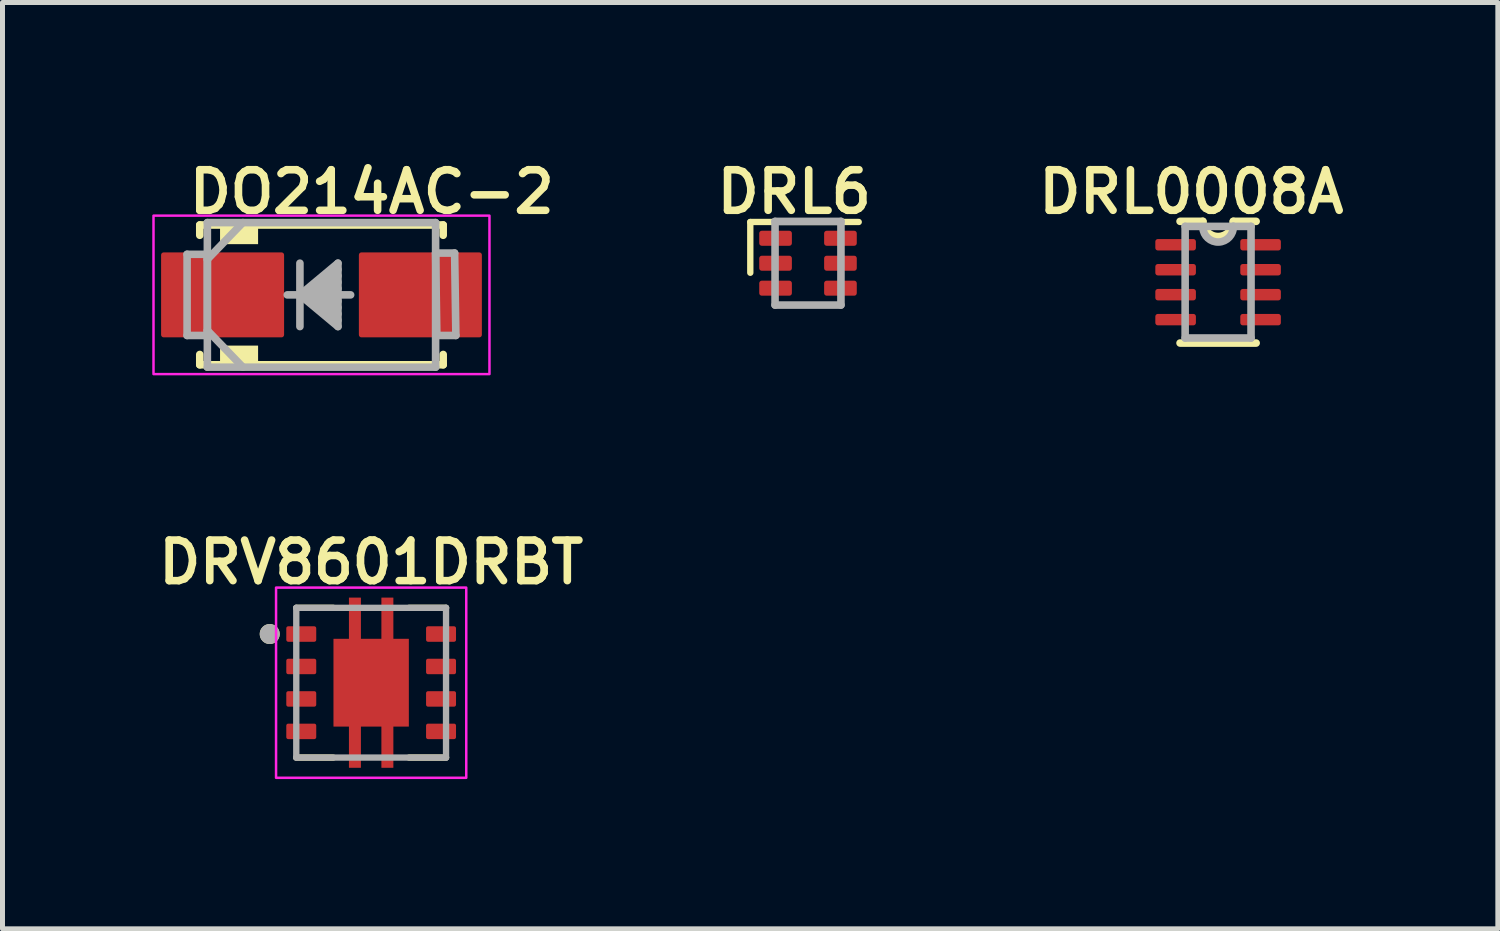
<source format=kicad_pcb>
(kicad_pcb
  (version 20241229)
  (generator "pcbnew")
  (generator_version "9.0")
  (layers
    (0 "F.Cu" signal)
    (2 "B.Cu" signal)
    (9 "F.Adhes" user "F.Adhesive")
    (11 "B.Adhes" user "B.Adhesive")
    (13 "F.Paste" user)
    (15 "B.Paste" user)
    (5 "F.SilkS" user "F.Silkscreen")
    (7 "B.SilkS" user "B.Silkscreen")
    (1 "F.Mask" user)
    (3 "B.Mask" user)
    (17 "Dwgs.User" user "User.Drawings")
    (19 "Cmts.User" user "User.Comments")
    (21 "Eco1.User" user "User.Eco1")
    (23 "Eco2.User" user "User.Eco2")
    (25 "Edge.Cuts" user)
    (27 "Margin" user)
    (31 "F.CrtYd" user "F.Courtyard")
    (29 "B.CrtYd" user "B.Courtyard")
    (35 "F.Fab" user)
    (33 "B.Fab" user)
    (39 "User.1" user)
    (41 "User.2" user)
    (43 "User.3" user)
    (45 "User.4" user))
  (footprint "DRL6"
    (layer "F.Cu")
    (at 13.136 2.223)
    (property "Reference" "DRL6" (at -1.905 -0.953 0) (layer "F.SilkS") (effects (font (size 0.813 0.813) (thickness 0.152) (bold yes)) (justify left bottom)))
    (attr smd)
    (fp_line (start -1.156 -0.826) (end -1.156 0.191) (stroke (width 0.127) (type solid)) (layer "F.SilkS"))
    (fp_line (start 1.016 -0.826) (end -1.156 -0.826) (stroke (width 0.127) (type solid)) (layer "F.SilkS"))
    (fp_line (start -0.66 -0.838) (end -0.66 0.838) (stroke (width 0.152) (type solid)) (layer "F.Fab"))
    (fp_line (start -0.66 0.838) (end 0.66 0.838) (stroke (width 0.152) (type solid)) (layer "F.Fab"))
    (fp_line (start 0.66 -0.838) (end -0.66 -0.838) (stroke (width 0.152) (type solid)) (layer "F.Fab"))
    (fp_line (start 0.66 0.838) (end 0.66 -0.838) (stroke (width 0.152) (type solid)) (layer "F.Fab"))
    (pad "1" smd roundrect (at -0.65 -0.5) (size 0.654 0.301) (layers "F.Cu" "F.Mask" "F.Paste") (roundrect_rratio 0.169))
    (pad "2" smd roundrect (at -0.65 0) (size 0.654 0.301) (layers "F.Cu" "F.Mask" "F.Paste") (roundrect_rratio 0.169))
    (pad "3" smd roundrect (at -0.65 0.5) (size 0.654 0.301) (layers "F.Cu" "F.Mask" "F.Paste") (roundrect_rratio 0.169))
    (pad "4" smd roundrect (at 0.65 0.5) (size 0.654 0.301) (layers "F.Cu" "F.Mask" "F.Paste") (roundrect_rratio 0.169))
    (pad "5" smd roundrect (at 0.65 0) (size 0.654 0.301) (layers "F.Cu" "F.Mask" "F.Paste") (roundrect_rratio 0.169))
    (pad "6" smd roundrect (at 0.65 -0.5) (size 0.654 0.301) (layers "F.Cu" "F.Mask" "F.Paste") (roundrect_rratio 0.169)))
  (footprint "DO214AC-2"
    (layer "F.Cu")
    (at 3.39 2.857)
    (property "Reference" "DO214AC-2" (at -2.731 -1.587 0) (layer "F.SilkS") (effects (font (size 0.813 0.813) (thickness 0.152) (bold yes)) (justify left bottom)))
    (attr smd)
    (fp_line (start -2.438 -1.4) (end -2.438 -1.194) (stroke (width 0.152) (type solid)) (layer "F.SilkS"))
    (fp_line (start -2.438 1.194) (end -2.438 1.4) (stroke (width 0.152) (type solid)) (layer "F.SilkS"))
    (fp_line (start -2.438 1.4) (end 2.438 1.4) (stroke (width 0.152) (type solid)) (layer "F.SilkS"))
    (fp_line (start 2.438 -1.4) (end -2.438 -1.4) (stroke (width 0.152) (type solid)) (layer "F.SilkS"))
    (fp_line (start 2.438 -1.194) (end 2.438 -1.4) (stroke (width 0.152) (type solid)) (layer "F.SilkS"))
    (fp_line (start 2.438 1.4) (end 2.438 1.194) (stroke (width 0.152) (type solid)) (layer "F.SilkS"))
    (fp_poly (pts (xy -2.032 -1.016) (xy -1.27 -1.016) (xy -1.27 -1.4) (xy -2.032 -1.4)) (stroke (width 0) (type default)) (fill yes) (layer "F.SilkS"))
    (fp_poly (pts (xy -2.032 1.4) (xy -1.27 1.4) (xy -1.27 1.016) (xy -2.032 1.016)) (stroke (width 0) (type default)) (fill yes) (layer "F.SilkS"))
    (fp_rect (start -3.365 -1.587) (end 3.365 1.587) (stroke (width 0.05) (type default)) (fill no) (layer "F.CrtYd"))
    (fp_line (start -2.692 -0.813) (end -2.692 0.813) (stroke (width 0.152) (type solid)) (layer "F.Fab"))
    (fp_line (start -2.692 0.813) (end -2.286 0.813) (stroke (width 0.152) (type solid)) (layer "F.Fab"))
    (fp_line (start -2.286 -1.448) (end -2.286 1.448) (stroke (width 0.152) (type solid)) (layer "F.Fab"))
    (fp_line (start -2.286 -0.813) (end -2.692 -0.813) (stroke (width 0.152) (type solid)) (layer "F.Fab"))
    (fp_line (start -2.286 -0.711) (end -2.286 -0.813) (stroke (width 0.152) (type solid)) (layer "F.Fab"))
    (fp_line (start -2.286 -0.711) (end -1.575 -1.448) (stroke (width 0.152) (type solid)) (layer "F.Fab"))
    (fp_line (start -2.286 0.711) (end -2.286 -0.711) (stroke (width 0.152) (type solid)) (layer "F.Fab"))
    (fp_line (start -2.286 0.711) (end -1.575 1.448) (stroke (width 0.152) (type solid)) (layer "F.Fab"))
    (fp_line (start -2.286 0.813) (end -2.286 0.711) (stroke (width 0.152) (type solid)) (layer "F.Fab"))
    (fp_line (start -2.286 1.448) (end 2.286 1.448) (stroke (width 0.152) (type solid)) (layer "F.Fab"))
    (fp_line (start -0.432 -0.635) (end -0.432 0) (stroke (width 0.152) (type solid)) (layer "F.Fab"))
    (fp_line (start -0.432 0) (end -0.686 0) (stroke (width 0.152) (type solid)) (layer "F.Fab"))
    (fp_line (start -0.432 0) (end -0.432 0.635) (stroke (width 0.152) (type solid)) (layer "F.Fab"))
    (fp_line (start -0.432 0) (end 0.33 -0.635) (stroke (width 0.152) (type solid)) (layer "F.Fab"))
    (fp_line (start -0.432 0) (end 0.33 -0.508) (stroke (width 0.152) (type solid)) (layer "F.Fab"))
    (fp_line (start -0.432 0) (end 0.33 -0.381) (stroke (width 0.152) (type solid)) (layer "F.Fab"))
    (fp_line (start -0.432 0) (end 0.33 -0.254) (stroke (width 0.152) (type solid)) (layer "F.Fab"))
    (fp_line (start -0.432 0) (end 0.33 -0.127) (stroke (width 0.152) (type solid)) (layer "F.Fab"))
    (fp_line (start -0.432 0) (end 0.33 0.127) (stroke (width 0.152) (type solid)) (layer "F.Fab"))
    (fp_line (start -0.432 0) (end 0.33 0.254) (stroke (width 0.152) (type solid)) (layer "F.Fab"))
    (fp_line (start -0.432 0) (end 0.33 0.381) (stroke (width 0.152) (type solid)) (layer "F.Fab"))
    (fp_line (start -0.432 0) (end 0.33 0.508) (stroke (width 0.152) (type solid)) (layer "F.Fab"))
    (fp_line (start -0.432 0) (end 0.33 0.635) (stroke (width 0.152) (type solid)) (layer "F.Fab"))
    (fp_line (start 0.33 -0.635) (end 0.33 0.635) (stroke (width 0.152) (type solid)) (layer "F.Fab"))
    (fp_line (start 0.584 0) (end -0.432 0) (stroke (width 0.152) (type solid)) (layer "F.Fab"))
    (fp_line (start 2.286 -1.448) (end -2.286 -1.448) (stroke (width 0.152) (type solid)) (layer "F.Fab"))
    (fp_line (start 2.286 -0.838) (end 2.311 0.813) (stroke (width 0.152) (type solid)) (layer "F.Fab"))
    (fp_line (start 2.286 1.448) (end 2.286 -1.448) (stroke (width 0.152) (type solid)) (layer "F.Fab"))
    (fp_line (start 2.311 0.813) (end 2.692 0.813) (stroke (width 0.152) (type solid)) (layer "F.Fab"))
    (fp_line (start 2.667 -0.838) (end 2.286 -0.838) (stroke (width 0.152) (type solid)) (layer "F.Fab"))
    (fp_line (start 2.692 0.813) (end 2.667 -0.838) (stroke (width 0.152) (type solid)) (layer "F.Fab"))
    (pad "A" smd roundrect (at 1.981 0) (size 2.464 1.702) (layers "F.Cu" "F.Mask" "F.Paste") (roundrect_rratio 0.03))
    (pad "C" smd roundrect (at -1.981 0) (size 2.464 1.702) (layers "F.Cu" "F.Mask" "F.Paste") (roundrect_rratio 0.03)))
  (footprint "DRL0008A"
    (layer "F.Cu")
    (at 21.351 2.603)
    (property "Reference" "DRL0008A" (at 2.603 -1.333 180) (layer "F.SilkS") (effects (font (size 0.813 0.813) (thickness 0.152)) (justify right bottom)))
    (attr smd)
    (fp_line (start -0.762 1.219) (end 0.762 1.219) (stroke (width 0.152) (type solid)) (layer "F.SilkS"))
    (fp_line (start -0.305 -1.219) (end -0.762 -1.219) (stroke (width 0.152) (type solid)) (layer "F.SilkS"))
    (fp_line (start 0.762 -1.219) (end 0.305 -1.219) (stroke (width 0.152) (type solid)) (layer "F.SilkS"))
    (fp_arc (start 0.3048 -1.2192) (mid 0 -0.9144) (end -0.3048 -1.2192) (stroke (width 0.1524) (type solid)) (layer "F.SilkS"))
    (fp_line (start -0.66 -1.118) (end -0.66 1.118) (stroke (width 0.152) (type solid)) (layer "F.Fab"))
    (fp_line (start -0.66 1.118) (end 0.66 1.118) (stroke (width 0.152) (type solid)) (layer "F.Fab"))
    (fp_line (start 0.305 -1.118) (end -0.66 -1.118) (stroke (width 0.152) (type solid)) (layer "F.Fab"))
    (fp_line (start 0.66 -1.118) (end 0.305 -1.118) (stroke (width 0.152) (type solid)) (layer "F.Fab"))
    (fp_line (start 0.66 1.118) (end 0.66 -1.118) (stroke (width 0.152) (type solid)) (layer "F.Fab"))
    (fp_arc (start 0.3048 -1.1176) (mid 0.0127 -0.8001) (end -0.3048 -1.0922) (stroke (width 0.1524) (type solid)) (layer "F.Fab"))
    (pad "1" smd roundrect (at -0.851 -0.75) (size 0.813 0.229) (layers "F.Cu" "F.Mask" "F.Paste") (roundrect_rratio 0.222))
    (pad "2" smd roundrect (at -0.851 -0.25) (size 0.813 0.229) (layers "F.Cu" "F.Mask" "F.Paste") (roundrect_rratio 0.222))
    (pad "3" smd roundrect (at -0.851 0.25) (size 0.813 0.229) (layers "F.Cu" "F.Mask" "F.Paste") (roundrect_rratio 0.222))
    (pad "4" smd roundrect (at -0.851 0.75) (size 0.813 0.229) (layers "F.Cu" "F.Mask" "F.Paste") (roundrect_rratio 0.222))
    (pad "5" smd roundrect (at 0.851 0.75) (size 0.813 0.229) (layers "F.Cu" "F.Mask" "F.Paste") (roundrect_rratio 0.222))
    (pad "6" smd roundrect (at 0.851 0.25) (size 0.813 0.229) (layers "F.Cu" "F.Mask" "F.Paste") (roundrect_rratio 0.222))
    (pad "7" smd roundrect (at 0.851 -0.25) (size 0.813 0.229) (layers "F.Cu" "F.Mask" "F.Paste") (roundrect_rratio 0.222))
    (pad "8" smd roundrect (at 0.851 -0.75) (size 0.813 0.229) (layers "F.Cu" "F.Mask" "F.Paste") (roundrect_rratio 0.222)))
  (footprint "DRV8601DRBT"
    (layer "F.Cu")
    (at 4.385 10.626)
    (property "Reference" "DRV8601DRBT" (at 0 -2.413 0) (layer "F.SilkS") (effects (font (size 0.813 0.813) (thickness 0.152) (bold yes))))
    (attr smd)
    (fp_poly (pts (xy -1.77 -1.2) (xy -1.03 -1.2) (xy -1.03 -0.75) (xy -1.77 -0.75)) (stroke (width 0.01) (type solid)) (fill yes) (layer "F.Mask"))
    (fp_poly (pts (xy -1.77 -0.55) (xy -1.03 -0.55) (xy -1.03 -0.1) (xy -1.77 -0.1)) (stroke (width 0.01) (type solid)) (fill yes) (layer "F.Mask"))
    (fp_poly (pts (xy -1.77 0.1) (xy -1.03 0.1) (xy -1.03 0.55) (xy -1.77 0.55)) (stroke (width 0.01) (type solid)) (fill yes) (layer "F.Mask"))
    (fp_poly (pts (xy -1.77 0.75) (xy -1.03 0.75) (xy -1.03 1.2) (xy -1.77 1.2)) (stroke (width 0.01) (type solid)) (fill yes) (layer "F.Mask"))
    (fp_poly (pts (xy 1.03 -1.2) (xy 1.77 -1.2) (xy 1.77 -0.75) (xy 1.03 -0.75)) (stroke (width 0.01) (type solid)) (fill yes) (layer "F.Mask"))
    (fp_poly (pts (xy 1.03 -0.55) (xy 1.77 -0.55) (xy 1.77 -0.1) (xy 1.03 -0.1)) (stroke (width 0.01) (type solid)) (fill yes) (layer "F.Mask"))
    (fp_poly (pts (xy 1.03 0.1) (xy 1.77 0.1) (xy 1.77 0.55) (xy 1.03 0.55)) (stroke (width 0.01) (type solid)) (fill yes) (layer "F.Mask"))
    (fp_poly (pts (xy 1.03 0.75) (xy 1.77 0.75) (xy 1.77 1.2) (xy 1.03 1.2)) (stroke (width 0.01) (type solid)) (fill yes) (layer "F.Mask"))
    (fp_poly (pts (xy -0.82 -0.945) (xy -0.51 -0.945) (xy -0.51 -1.77) (xy -0.14 -1.77) (xy -0.14 -0.945) (xy 0.14 -0.945) (xy 0.14 -1.77) (xy 0.51 -1.77) (xy 0.51 -0.945) (xy 0.82 -0.945) (xy 0.82 0.945) (xy 0.51 0.945) (xy 0.51 1.77) (xy 0.14 1.77) (xy 0.14 0.945) (xy -0.14 0.945) (xy -0.14 1.77) (xy -0.51 1.77) (xy -0.51 0.945) (xy -0.82 0.945)) (stroke (width 0.01) (type solid)) (fill yes) (layer "F.Mask"))
    (fp_line (start -1.5 -1.5) (end -0.76 -1.5) (stroke (width 0.127) (type solid)) (layer "F.SilkS"))
    (fp_line (start -1.5 1.5) (end -0.76 1.5) (stroke (width 0.127) (type solid)) (layer "F.SilkS"))
    (fp_line (start 0.76 -1.5) (end 1.5 -1.5) (stroke (width 0.127) (type solid)) (layer "F.SilkS"))
    (fp_line (start 0.76 1.5) (end 1.5 1.5) (stroke (width 0.127) (type solid)) (layer "F.SilkS"))
    (fp_circle (center -2.032 -0.975) (end -1.932 -0.975) (stroke (width 0.2) (type solid)) (fill no) (layer "F.SilkS"))
    (fp_poly (pts (xy -0.67 -0.775) (xy 0.67 -0.775) (xy 0.67 0.775) (xy -0.67 0.775)) (stroke (width 0.01) (type solid)) (fill yes) (layer "F.Paste"))
    (fp_poly (pts (xy -0.44 -1.7) (xy -0.21 -1.7) (xy -0.21 -0.975) (xy -0.44 -0.975)) (stroke (width 0.01) (type solid)) (fill yes) (layer "F.Paste"))
    (fp_poly (pts (xy -0.21 1.7) (xy -0.44 1.7) (xy -0.44 0.975) (xy -0.21 0.975)) (stroke (width 0.01) (type solid)) (fill yes) (layer "F.Paste"))
    (fp_poly (pts (xy 0.21 -1.7) (xy 0.44 -1.7) (xy 0.44 -0.975) (xy 0.21 -0.975)) (stroke (width 0.01) (type solid)) (fill yes) (layer "F.Paste"))
    (fp_poly (pts (xy 0.44 1.7) (xy 0.21 1.7) (xy 0.21 0.975) (xy 0.44 0.975)) (stroke (width 0.01) (type solid)) (fill yes) (layer "F.Paste"))
    (fp_rect (start -1.905 -1.905) (end 1.905 1.905) (stroke (width 0.05) (type default)) (fill no) (layer "F.CrtYd"))
    (fp_line (start -1.5 -1.5) (end -1.5 1.5) (stroke (width 0.127) (type solid)) (layer "F.Fab"))
    (fp_line (start -1.5 -1.5) (end 1.5 -1.5) (stroke (width 0.127) (type solid)) (layer "F.Fab"))
    (fp_line (start -1.5 1.5) (end 1.5 1.5) (stroke (width 0.127) (type solid)) (layer "F.Fab"))
    (fp_line (start 1.5 -1.5) (end 1.5 1.5) (stroke (width 0.127) (type solid)) (layer "F.Fab"))
    (fp_circle (center -2.032 -0.975) (end -1.932 -0.975) (stroke (width 0.2) (type solid)) (fill no) (layer "F.Fab"))
    (pad "1" smd roundrect (at -1.4 -0.975) (size 0.6 0.31) (layers "F.Cu" "F.Paste") (roundrect_rratio 0.125))
    (pad "2" smd roundrect (at -1.4 -0.325) (size 0.6 0.31) (layers "F.Cu" "F.Paste") (roundrect_rratio 0.125))
    (pad "3" smd roundrect (at -1.4 0.325) (size 0.6 0.31) (layers "F.Cu" "F.Paste") (roundrect_rratio 0.125))
    (pad "4" smd roundrect (at -1.4 0.975) (size 0.6 0.31) (layers "F.Cu" "F.Paste") (roundrect_rratio 0.125))
    (pad "5" smd roundrect (at 1.4 0.975) (size 0.6 0.31) (layers "F.Cu" "F.Paste") (roundrect_rratio 0.125))
    (pad "6" smd roundrect (at 1.4 0.325) (size 0.6 0.31) (layers "F.Cu" "F.Paste") (roundrect_rratio 0.125))
    (pad "7" smd roundrect (at 1.4 -0.325) (size 0.6 0.31) (layers "F.Cu" "F.Paste") (roundrect_rratio 0.125))
    (pad "8" smd roundrect (at 1.4 -0.975) (size 0.6 0.31) (layers "F.Cu" "F.Paste") (roundrect_rratio 0.125))
    (pad "9" smd custom (at 0 0) (size 1.5 1.75) (layers "F.Cu") (options (anchor rect)) (primitives (gr_poly (pts (xy -0.75 -0.875) (xy -0.44 -0.875) (xy -0.44 -1.7) (xy -0.21 -1.7) (xy -0.21 -0.875) (xy 0.21 -0.875) (xy 0.21 -1.7) (xy 0.44 -1.7) (xy 0.44 -0.875) (xy 0.75 -0.875) (xy 0.75 0.875) (xy 0.44 0.875) (xy 0.44 1.7) (xy 0.21 1.7) (xy 0.21 0.875) (xy -0.21 0.875) (xy -0.21 1.7) (xy -0.44 1.7) (xy -0.44 0.875) (xy -0.75 0.875)) (width 0.01) (fill yes)))))
  (gr_rect
    (start -3 -3)
    (end 26.955 15.556)
    (stroke (width 0.1) (type default))
    (fill no)
    (layer "Edge.Cuts")))
</source>
